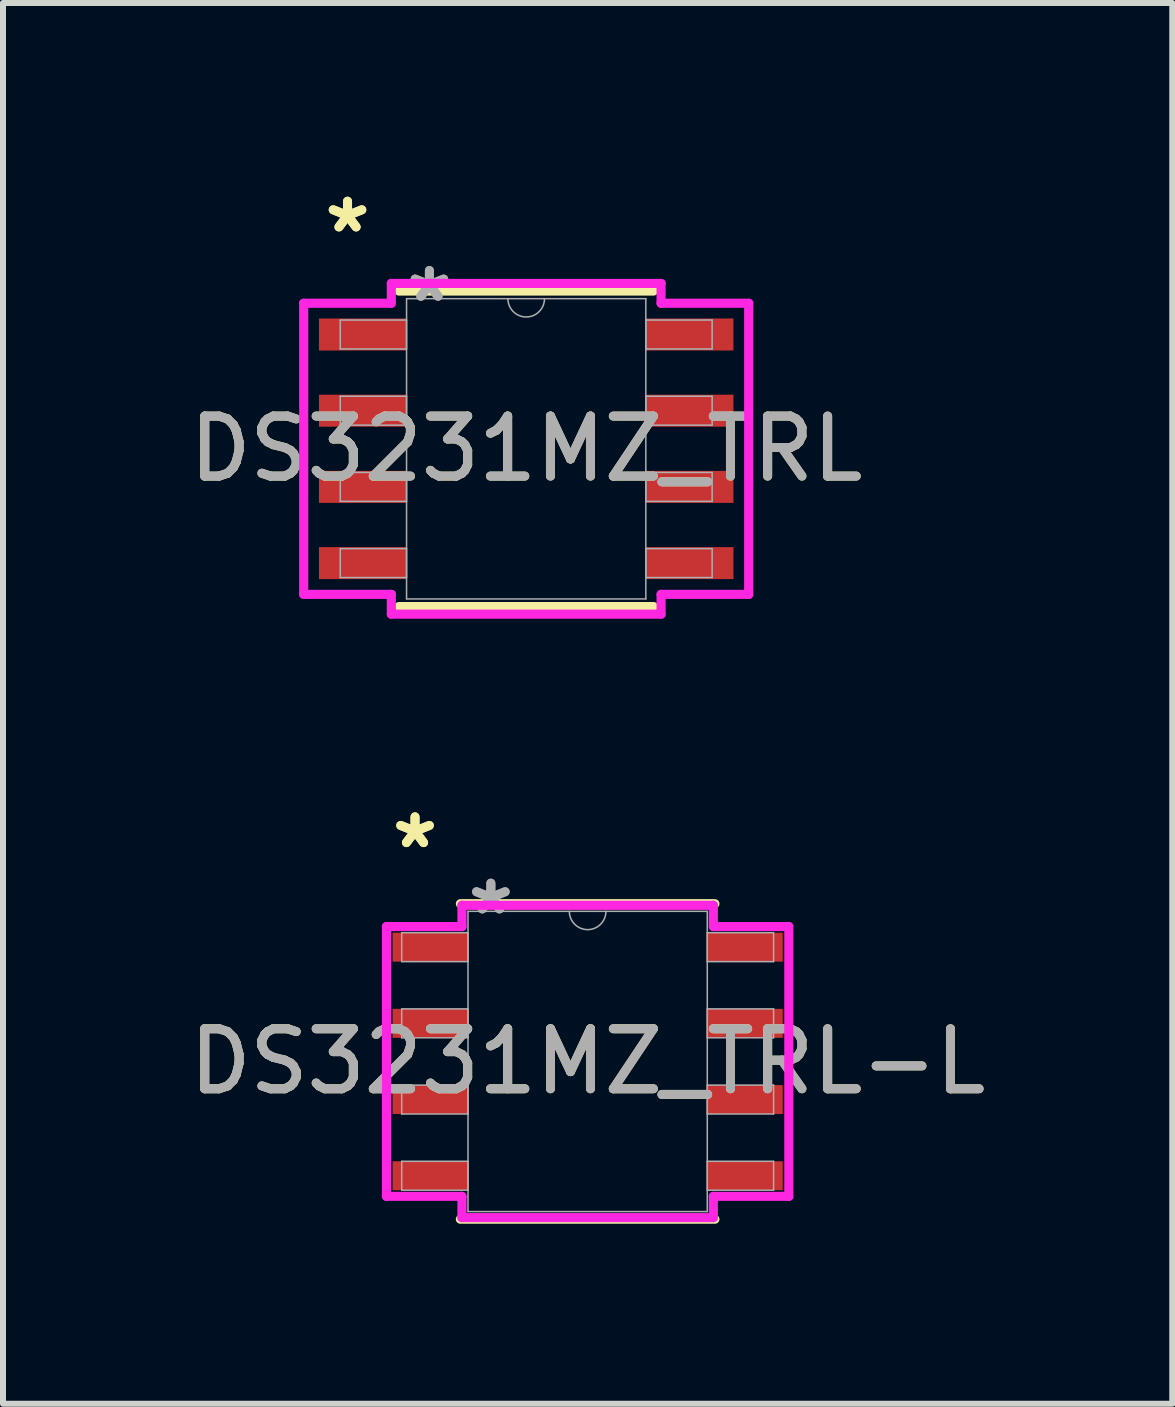
<source format=kicad_pcb>
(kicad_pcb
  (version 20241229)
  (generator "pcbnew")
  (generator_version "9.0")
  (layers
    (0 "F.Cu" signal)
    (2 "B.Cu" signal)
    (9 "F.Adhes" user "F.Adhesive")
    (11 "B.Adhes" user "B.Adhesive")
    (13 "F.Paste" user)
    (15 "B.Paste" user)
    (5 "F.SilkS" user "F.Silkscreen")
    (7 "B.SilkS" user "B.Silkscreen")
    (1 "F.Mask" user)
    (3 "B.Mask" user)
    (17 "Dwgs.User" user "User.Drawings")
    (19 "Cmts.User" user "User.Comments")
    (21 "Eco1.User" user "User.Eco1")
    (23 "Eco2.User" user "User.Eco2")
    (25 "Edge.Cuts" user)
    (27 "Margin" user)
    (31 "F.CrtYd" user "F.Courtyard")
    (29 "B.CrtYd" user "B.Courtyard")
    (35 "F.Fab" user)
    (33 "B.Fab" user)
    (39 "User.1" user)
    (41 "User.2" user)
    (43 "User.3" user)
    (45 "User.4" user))
  (footprint "DS3231MZ_TRL-L"
    (layer "F.Cu")
    (at 6.744 14.641)
    (property "Reference" "DS3231MZ_TRL-L" (at 0 0 0) (unlocked yes) (layer "F.SilkS") (effects (font (size 1 1) (thickness 0.15))))
    (attr smd)
    (fp_line (start -2.121 2.629) (end 2.121 2.629) (stroke (width 0.152) (type solid)) (layer "F.SilkS"))
    (fp_line (start 2.121 -2.629) (end -2.121 -2.629) (stroke (width 0.152) (type solid)) (layer "F.SilkS"))
    (fp_line (start -3.353 -2.248) (end -2.095 -2.248) (stroke (width 0.152) (type solid)) (layer "F.CrtYd"))
    (fp_line (start -3.353 2.248) (end -3.353 -2.248) (stroke (width 0.152) (type solid)) (layer "F.CrtYd"))
    (fp_line (start -3.353 2.248) (end -2.095 2.248) (stroke (width 0.152) (type solid)) (layer "F.CrtYd"))
    (fp_line (start -2.095 -2.603) (end 2.095 -2.603) (stroke (width 0.152) (type solid)) (layer "F.CrtYd"))
    (fp_line (start -2.095 -2.248) (end -2.095 -2.603) (stroke (width 0.152) (type solid)) (layer "F.CrtYd"))
    (fp_line (start -2.095 2.603) (end -2.095 2.248) (stroke (width 0.152) (type solid)) (layer "F.CrtYd"))
    (fp_line (start 2.095 -2.603) (end 2.095 -2.248) (stroke (width 0.152) (type solid)) (layer "F.CrtYd"))
    (fp_line (start 2.095 2.248) (end 2.095 2.603) (stroke (width 0.152) (type solid)) (layer "F.CrtYd"))
    (fp_line (start 2.095 2.603) (end -2.095 2.603) (stroke (width 0.152) (type solid)) (layer "F.CrtYd"))
    (fp_line (start 3.353 -2.248) (end 2.095 -2.248) (stroke (width 0.152) (type solid)) (layer "F.CrtYd"))
    (fp_line (start 3.353 -2.248) (end 3.353 2.248) (stroke (width 0.152) (type solid)) (layer "F.CrtYd"))
    (fp_line (start 3.353 2.248) (end 2.095 2.248) (stroke (width 0.152) (type solid)) (layer "F.CrtYd"))
    (fp_line (start -3.099 -2.146) (end -3.099 -1.664) (stroke (width 0.025) (type solid)) (layer "F.Fab"))
    (fp_line (start -3.099 -1.664) (end -1.994 -1.664) (stroke (width 0.025) (type solid)) (layer "F.Fab"))
    (fp_line (start -3.099 -0.876) (end -3.099 -0.394) (stroke (width 0.025) (type solid)) (layer "F.Fab"))
    (fp_line (start -3.099 -0.394) (end -1.994 -0.394) (stroke (width 0.025) (type solid)) (layer "F.Fab"))
    (fp_line (start -3.099 0.394) (end -3.099 0.876) (stroke (width 0.025) (type solid)) (layer "F.Fab"))
    (fp_line (start -3.099 0.876) (end -1.994 0.876) (stroke (width 0.025) (type solid)) (layer "F.Fab"))
    (fp_line (start -3.099 1.664) (end -3.099 2.146) (stroke (width 0.025) (type solid)) (layer "F.Fab"))
    (fp_line (start -3.099 2.146) (end -1.994 2.146) (stroke (width 0.025) (type solid)) (layer "F.Fab"))
    (fp_line (start -1.994 -2.502) (end -1.994 2.502) (stroke (width 0.025) (type solid)) (layer "F.Fab"))
    (fp_line (start -1.994 -2.146) (end -3.099 -2.146) (stroke (width 0.025) (type solid)) (layer "F.Fab"))
    (fp_line (start -1.994 -1.664) (end -1.994 -2.146) (stroke (width 0.025) (type solid)) (layer "F.Fab"))
    (fp_line (start -1.994 -0.876) (end -3.099 -0.876) (stroke (width 0.025) (type solid)) (layer "F.Fab"))
    (fp_line (start -1.994 -0.394) (end -1.994 -0.876) (stroke (width 0.025) (type solid)) (layer "F.Fab"))
    (fp_line (start -1.994 0.394) (end -3.099 0.394) (stroke (width 0.025) (type solid)) (layer "F.Fab"))
    (fp_line (start -1.994 0.876) (end -1.994 0.394) (stroke (width 0.025) (type solid)) (layer "F.Fab"))
    (fp_line (start -1.994 1.664) (end -3.099 1.664) (stroke (width 0.025) (type solid)) (layer "F.Fab"))
    (fp_line (start -1.994 2.146) (end -1.994 1.664) (stroke (width 0.025) (type solid)) (layer "F.Fab"))
    (fp_line (start -1.994 2.502) (end 1.994 2.502) (stroke (width 0.025) (type solid)) (layer "F.Fab"))
    (fp_line (start 1.994 -2.502) (end -1.994 -2.502) (stroke (width 0.025) (type solid)) (layer "F.Fab"))
    (fp_line (start 1.994 -2.146) (end 1.994 -1.664) (stroke (width 0.025) (type solid)) (layer "F.Fab"))
    (fp_line (start 1.994 -1.664) (end 3.099 -1.664) (stroke (width 0.025) (type solid)) (layer "F.Fab"))
    (fp_line (start 1.994 -0.876) (end 1.994 -0.394) (stroke (width 0.025) (type solid)) (layer "F.Fab"))
    (fp_line (start 1.994 -0.394) (end 3.099 -0.394) (stroke (width 0.025) (type solid)) (layer "F.Fab"))
    (fp_line (start 1.994 0.394) (end 1.994 0.876) (stroke (width 0.025) (type solid)) (layer "F.Fab"))
    (fp_line (start 1.994 0.876) (end 3.099 0.876) (stroke (width 0.025) (type solid)) (layer "F.Fab"))
    (fp_line (start 1.994 1.664) (end 1.994 2.146) (stroke (width 0.025) (type solid)) (layer "F.Fab"))
    (fp_line (start 1.994 2.146) (end 3.099 2.146) (stroke (width 0.025) (type solid)) (layer "F.Fab"))
    (fp_line (start 1.994 2.502) (end 1.994 -2.502) (stroke (width 0.025) (type solid)) (layer "F.Fab"))
    (fp_line (start 3.099 -2.146) (end 1.994 -2.146) (stroke (width 0.025) (type solid)) (layer "F.Fab"))
    (fp_line (start 3.099 -1.664) (end 3.099 -2.146) (stroke (width 0.025) (type solid)) (layer "F.Fab"))
    (fp_line (start 3.099 -0.876) (end 1.994 -0.876) (stroke (width 0.025) (type solid)) (layer "F.Fab"))
    (fp_line (start 3.099 -0.394) (end 3.099 -0.876) (stroke (width 0.025) (type solid)) (layer "F.Fab"))
    (fp_line (start 3.099 0.394) (end 1.994 0.394) (stroke (width 0.025) (type solid)) (layer "F.Fab"))
    (fp_line (start 3.099 0.876) (end 3.099 0.394) (stroke (width 0.025) (type solid)) (layer "F.Fab"))
    (fp_line (start 3.099 1.664) (end 1.994 1.664) (stroke (width 0.025) (type solid)) (layer "F.Fab"))
    (fp_line (start 3.099 2.146) (end 3.099 1.664) (stroke (width 0.025) (type solid)) (layer "F.Fab"))
    (fp_arc (start 0.3048 -2.5019) (mid 0 -2.1971) (end -0.3048 -2.5019) (stroke (width 0.0254) (type solid)) (layer "F.Fab"))
    (fp_text user "*" (at -2.877 -3.531 0) (unlocked yes) (layer "F.SilkS") (effects (font (size 1 1) (thickness 0.15))))
    (fp_text user "*" (at -2.877 -3.531 0) (layer "F.SilkS") (effects (font (size 1 1) (thickness 0.15))))
    (fp_text user "*" (at -1.613 -2.426 0) (unlocked yes) (layer "F.Fab") (effects (font (size 1 1) (thickness 0.15))))
    (fp_text user "*" (at -1.613 -2.426 0) (layer "F.Fab") (effects (font (size 1 1) (thickness 0.15))))
    (fp_text user "${REFERENCE}" (at 0 0 0) (unlocked yes) (layer "F.Fab") (effects (font (size 1 1) (thickness 0.15))))
    (pad "1" smd rect (at -2.623 -1.905) (size 1.257 0.483) (layers "F.Cu" "F.Mask" "F.Paste"))
    (pad "2" smd rect (at -2.623 -0.635) (size 1.257 0.483) (layers "F.Cu" "F.Mask" "F.Paste"))
    (pad "3" smd rect (at -2.623 0.635) (size 1.257 0.483) (layers "F.Cu" "F.Mask" "F.Paste"))
    (pad "4" smd rect (at -2.623 1.905) (size 1.257 0.483) (layers "F.Cu" "F.Mask" "F.Paste"))
    (pad "5" smd rect (at 2.623 1.905) (size 1.257 0.483) (layers "F.Cu" "F.Mask" "F.Paste"))
    (pad "6" smd rect (at 2.623 0.635) (size 1.257 0.483) (layers "F.Cu" "F.Mask" "F.Paste"))
    (pad "7" smd rect (at 2.623 -0.635) (size 1.257 0.483) (layers "F.Cu" "F.Mask" "F.Paste"))
    (pad "8" smd rect (at 2.623 -1.905) (size 1.257 0.483) (layers "F.Cu" "F.Mask" "F.Paste")))
  (footprint "DS3231MZ_TRL"
    (layer "F.Cu")
    (at 5.72 4.43)
    (property "Reference" "DS3231MZ_TRL" (at 0 0 0) (unlocked yes) (layer "F.SilkS") (effects (font (size 1 1) (thickness 0.15))))
    (attr smd)
    (fp_line (start -2.121 2.629) (end 2.121 2.629) (stroke (width 0.152) (type solid)) (layer "F.SilkS"))
    (fp_line (start 2.121 -2.629) (end -2.121 -2.629) (stroke (width 0.152) (type solid)) (layer "F.SilkS"))
    (fp_line (start -3.708 -2.426) (end -2.248 -2.426) (stroke (width 0.152) (type solid)) (layer "F.CrtYd"))
    (fp_line (start -3.708 2.426) (end -3.708 -2.426) (stroke (width 0.152) (type solid)) (layer "F.CrtYd"))
    (fp_line (start -3.708 2.426) (end -2.248 2.426) (stroke (width 0.152) (type solid)) (layer "F.CrtYd"))
    (fp_line (start -2.248 -2.756) (end 2.248 -2.756) (stroke (width 0.152) (type solid)) (layer "F.CrtYd"))
    (fp_line (start -2.248 -2.426) (end -2.248 -2.756) (stroke (width 0.152) (type solid)) (layer "F.CrtYd"))
    (fp_line (start -2.248 2.756) (end -2.248 2.426) (stroke (width 0.152) (type solid)) (layer "F.CrtYd"))
    (fp_line (start 2.248 -2.756) (end 2.248 -2.426) (stroke (width 0.152) (type solid)) (layer "F.CrtYd"))
    (fp_line (start 2.248 2.426) (end 2.248 2.756) (stroke (width 0.152) (type solid)) (layer "F.CrtYd"))
    (fp_line (start 2.248 2.756) (end -2.248 2.756) (stroke (width 0.152) (type solid)) (layer "F.CrtYd"))
    (fp_line (start 3.708 -2.426) (end 2.248 -2.426) (stroke (width 0.152) (type solid)) (layer "F.CrtYd"))
    (fp_line (start 3.708 -2.426) (end 3.708 2.426) (stroke (width 0.152) (type solid)) (layer "F.CrtYd"))
    (fp_line (start 3.708 2.426) (end 2.248 2.426) (stroke (width 0.152) (type solid)) (layer "F.CrtYd"))
    (fp_line (start -3.099 -2.146) (end -3.099 -1.664) (stroke (width 0.025) (type solid)) (layer "F.Fab"))
    (fp_line (start -3.099 -1.664) (end -1.994 -1.664) (stroke (width 0.025) (type solid)) (layer "F.Fab"))
    (fp_line (start -3.099 -0.876) (end -3.099 -0.394) (stroke (width 0.025) (type solid)) (layer "F.Fab"))
    (fp_line (start -3.099 -0.394) (end -1.994 -0.394) (stroke (width 0.025) (type solid)) (layer "F.Fab"))
    (fp_line (start -3.099 0.394) (end -3.099 0.876) (stroke (width 0.025) (type solid)) (layer "F.Fab"))
    (fp_line (start -3.099 0.876) (end -1.994 0.876) (stroke (width 0.025) (type solid)) (layer "F.Fab"))
    (fp_line (start -3.099 1.664) (end -3.099 2.146) (stroke (width 0.025) (type solid)) (layer "F.Fab"))
    (fp_line (start -3.099 2.146) (end -1.994 2.146) (stroke (width 0.025) (type solid)) (layer "F.Fab"))
    (fp_line (start -1.994 -2.502) (end -1.994 2.502) (stroke (width 0.025) (type solid)) (layer "F.Fab"))
    (fp_line (start -1.994 -2.146) (end -3.099 -2.146) (stroke (width 0.025) (type solid)) (layer "F.Fab"))
    (fp_line (start -1.994 -1.664) (end -1.994 -2.146) (stroke (width 0.025) (type solid)) (layer "F.Fab"))
    (fp_line (start -1.994 -0.876) (end -3.099 -0.876) (stroke (width 0.025) (type solid)) (layer "F.Fab"))
    (fp_line (start -1.994 -0.394) (end -1.994 -0.876) (stroke (width 0.025) (type solid)) (layer "F.Fab"))
    (fp_line (start -1.994 0.394) (end -3.099 0.394) (stroke (width 0.025) (type solid)) (layer "F.Fab"))
    (fp_line (start -1.994 0.876) (end -1.994 0.394) (stroke (width 0.025) (type solid)) (layer "F.Fab"))
    (fp_line (start -1.994 1.664) (end -3.099 1.664) (stroke (width 0.025) (type solid)) (layer "F.Fab"))
    (fp_line (start -1.994 2.146) (end -1.994 1.664) (stroke (width 0.025) (type solid)) (layer "F.Fab"))
    (fp_line (start -1.994 2.502) (end 1.994 2.502) (stroke (width 0.025) (type solid)) (layer "F.Fab"))
    (fp_line (start 1.994 -2.502) (end -1.994 -2.502) (stroke (width 0.025) (type solid)) (layer "F.Fab"))
    (fp_line (start 1.994 -2.146) (end 1.994 -1.664) (stroke (width 0.025) (type solid)) (layer "F.Fab"))
    (fp_line (start 1.994 -1.664) (end 3.099 -1.664) (stroke (width 0.025) (type solid)) (layer "F.Fab"))
    (fp_line (start 1.994 -0.876) (end 1.994 -0.394) (stroke (width 0.025) (type solid)) (layer "F.Fab"))
    (fp_line (start 1.994 -0.394) (end 3.099 -0.394) (stroke (width 0.025) (type solid)) (layer "F.Fab"))
    (fp_line (start 1.994 0.394) (end 1.994 0.876) (stroke (width 0.025) (type solid)) (layer "F.Fab"))
    (fp_line (start 1.994 0.876) (end 3.099 0.876) (stroke (width 0.025) (type solid)) (layer "F.Fab"))
    (fp_line (start 1.994 1.664) (end 1.994 2.146) (stroke (width 0.025) (type solid)) (layer "F.Fab"))
    (fp_line (start 1.994 2.146) (end 3.099 2.146) (stroke (width 0.025) (type solid)) (layer "F.Fab"))
    (fp_line (start 1.994 2.502) (end 1.994 -2.502) (stroke (width 0.025) (type solid)) (layer "F.Fab"))
    (fp_line (start 3.099 -2.146) (end 1.994 -2.146) (stroke (width 0.025) (type solid)) (layer "F.Fab"))
    (fp_line (start 3.099 -1.664) (end 3.099 -2.146) (stroke (width 0.025) (type solid)) (layer "F.Fab"))
    (fp_line (start 3.099 -0.876) (end 1.994 -0.876) (stroke (width 0.025) (type solid)) (layer "F.Fab"))
    (fp_line (start 3.099 -0.394) (end 3.099 -0.876) (stroke (width 0.025) (type solid)) (layer "F.Fab"))
    (fp_line (start 3.099 0.394) (end 1.994 0.394) (stroke (width 0.025) (type solid)) (layer "F.Fab"))
    (fp_line (start 3.099 0.876) (end 3.099 0.394) (stroke (width 0.025) (type solid)) (layer "F.Fab"))
    (fp_line (start 3.099 1.664) (end 1.994 1.664) (stroke (width 0.025) (type solid)) (layer "F.Fab"))
    (fp_line (start 3.099 2.146) (end 3.099 1.664) (stroke (width 0.025) (type solid)) (layer "F.Fab"))
    (fp_arc (start 0.3048 -2.5019) (mid 0 -2.1971) (end -0.3048 -2.5019) (stroke (width 0.0254) (type solid)) (layer "F.Fab"))
    (fp_text user "*" (at -2.978 -3.581 0) (layer "F.SilkS") (effects (font (size 1 1) (thickness 0.15))))
    (fp_text user "*" (at -2.978 -3.581 0) (unlocked yes) (layer "F.SilkS") (effects (font (size 1 1) (thickness 0.15))))
    (fp_text user "*" (at -1.613 -2.426 0) (layer "F.Fab") (effects (font (size 1 1) (thickness 0.15))))
    (fp_text user "*" (at -1.613 -2.426 0) (unlocked yes) (layer "F.Fab") (effects (font (size 1 1) (thickness 0.15))))
    (fp_text user "${REFERENCE}" (at 0 0 0) (unlocked yes) (layer "F.Fab") (effects (font (size 1 1) (thickness 0.15))))
    (pad "1" smd rect (at -2.724 -1.905) (size 1.46 0.533) (layers "F.Cu" "F.Mask" "F.Paste"))
    (pad "2" smd rect (at -2.724 -0.635) (size 1.46 0.533) (layers "F.Cu" "F.Mask" "F.Paste"))
    (pad "3" smd rect (at -2.724 0.635) (size 1.46 0.533) (layers "F.Cu" "F.Mask" "F.Paste"))
    (pad "4" smd rect (at -2.724 1.905) (size 1.46 0.533) (layers "F.Cu" "F.Mask" "F.Paste"))
    (pad "5" smd rect (at 2.724 1.905) (size 1.46 0.533) (layers "F.Cu" "F.Mask" "F.Paste"))
    (pad "6" smd rect (at 2.724 0.635) (size 1.46 0.533) (layers "F.Cu" "F.Mask" "F.Paste"))
    (pad "7" smd rect (at 2.724 -0.635) (size 1.46 0.533) (layers "F.Cu" "F.Mask" "F.Paste"))
    (pad "8" smd rect (at 2.724 -1.905) (size 1.46 0.533) (layers "F.Cu" "F.Mask" "F.Paste")))
  (gr_rect
    (start -3 -3)
    (end 16.488 20.346)
    (stroke (width 0.1) (type default))
    (fill no)
    (layer "Edge.Cuts")))
</source>
